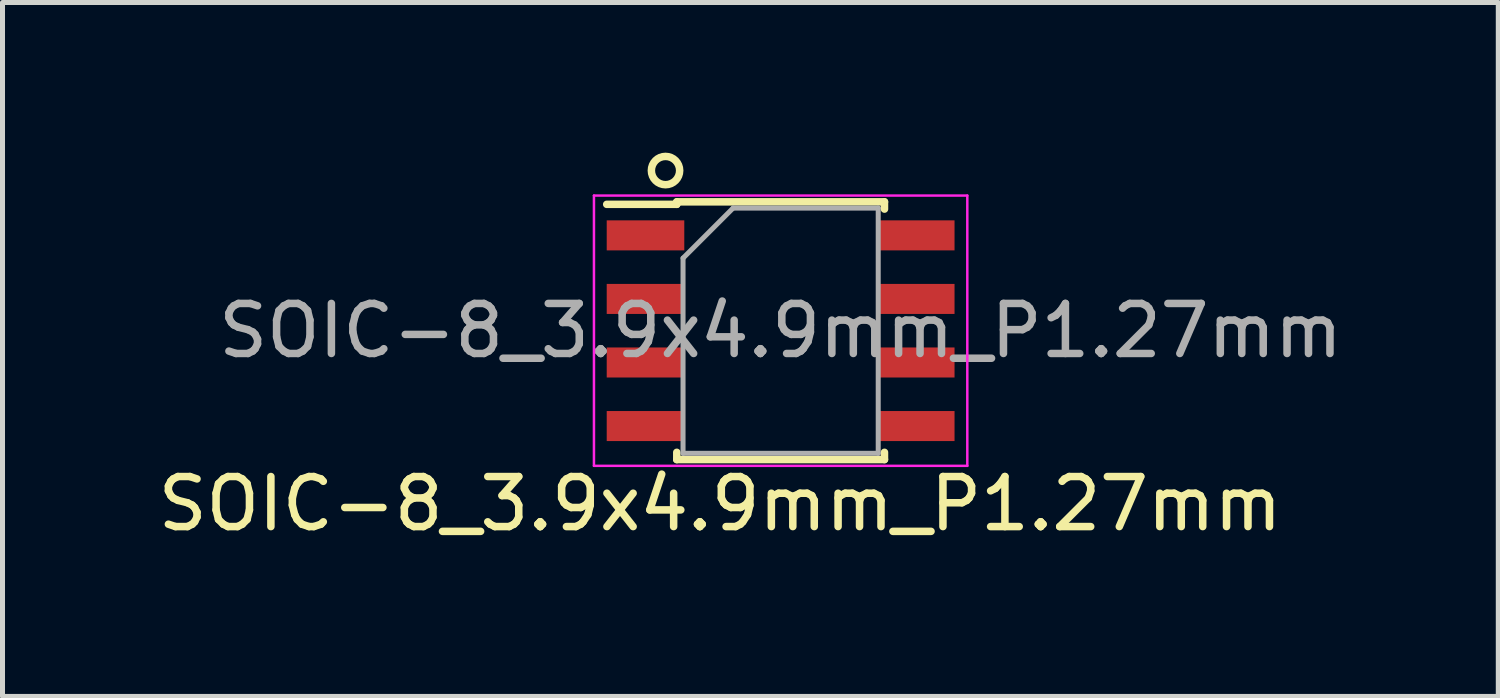
<source format=kicad_pcb>
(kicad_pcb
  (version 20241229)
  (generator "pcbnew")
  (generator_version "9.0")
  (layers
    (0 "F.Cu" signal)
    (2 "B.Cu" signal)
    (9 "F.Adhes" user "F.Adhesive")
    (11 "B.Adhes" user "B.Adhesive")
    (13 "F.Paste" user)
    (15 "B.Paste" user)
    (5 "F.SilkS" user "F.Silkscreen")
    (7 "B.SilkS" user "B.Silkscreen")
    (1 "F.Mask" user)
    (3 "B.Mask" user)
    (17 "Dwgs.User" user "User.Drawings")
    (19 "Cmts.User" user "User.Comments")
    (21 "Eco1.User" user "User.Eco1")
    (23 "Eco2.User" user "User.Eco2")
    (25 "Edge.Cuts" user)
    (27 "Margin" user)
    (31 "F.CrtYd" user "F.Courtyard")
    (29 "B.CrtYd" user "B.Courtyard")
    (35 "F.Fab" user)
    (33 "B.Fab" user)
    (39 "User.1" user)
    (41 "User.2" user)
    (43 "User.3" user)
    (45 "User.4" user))
  (footprint "SOIC-8_3.9x4.9mm_P1.27mm"
    (layer "F.Cu")
    (at 12.548 3.558)
    (property "Reference" "SOIC-8_3.9x4.9mm_P1.27mm" (at -1.209 3.459 0) (layer "F.SilkS") (effects (font (size 1 1) (thickness 0.15))))
    (attr smd)
    (fp_line (start -2.075 -2.575) (end -2.075 -2.525) (stroke (width 0.15) (type solid)) (layer "F.SilkS"))
    (fp_line (start -2.075 -2.575) (end 2.075 -2.575) (stroke (width 0.15) (type solid)) (layer "F.SilkS"))
    (fp_line (start -2.075 -2.525) (end -3.475 -2.525) (stroke (width 0.15) (type solid)) (layer "F.SilkS"))
    (fp_line (start -2.075 2.575) (end -2.075 2.43) (stroke (width 0.15) (type solid)) (layer "F.SilkS"))
    (fp_line (start -2.075 2.575) (end 2.075 2.575) (stroke (width 0.15) (type solid)) (layer "F.SilkS"))
    (fp_line (start 2.075 -2.575) (end 2.075 -2.43) (stroke (width 0.15) (type solid)) (layer "F.SilkS"))
    (fp_line (start 2.075 2.575) (end 2.075 2.43) (stroke (width 0.15) (type solid)) (layer "F.SilkS"))
    (fp_circle (center -2.3 -3.2) (end -2.1 -3) (stroke (width 0.15) (type solid)) (fill no) (layer "F.SilkS"))
    (fp_line (start -3.73 -2.7) (end -3.73 2.7) (stroke (width 0.05) (type solid)) (layer "F.CrtYd"))
    (fp_line (start -3.73 -2.7) (end 3.73 -2.7) (stroke (width 0.05) (type solid)) (layer "F.CrtYd"))
    (fp_line (start -3.73 2.7) (end 3.73 2.7) (stroke (width 0.05) (type solid)) (layer "F.CrtYd"))
    (fp_line (start 3.73 -2.7) (end 3.73 2.7) (stroke (width 0.05) (type solid)) (layer "F.CrtYd"))
    (fp_line (start -1.95 -1.45) (end -0.95 -2.45) (stroke (width 0.1) (type solid)) (layer "F.Fab"))
    (fp_line (start -1.95 2.45) (end -1.95 -1.45) (stroke (width 0.1) (type solid)) (layer "F.Fab"))
    (fp_line (start -0.95 -2.45) (end 1.95 -2.45) (stroke (width 0.1) (type solid)) (layer "F.Fab"))
    (fp_line (start 1.95 -2.45) (end 1.95 2.45) (stroke (width 0.1) (type solid)) (layer "F.Fab"))
    (fp_line (start 1.95 2.45) (end -1.95 2.45) (stroke (width 0.1) (type solid)) (layer "F.Fab"))
    (fp_text user "${REFERENCE}" (at 0 0 0) (layer "F.Fab") (effects (font (size 1 1) (thickness 0.15))))
    (pad "1" smd rect (at -2.7 -1.905) (size 1.55 0.6) (layers "F.Cu" "F.Mask" "F.Paste"))
    (pad "2" smd rect (at -2.7 -0.635) (size 1.55 0.6) (layers "F.Cu" "F.Mask" "F.Paste"))
    (pad "3" smd rect (at -2.7 0.635) (size 1.55 0.6) (layers "F.Cu" "F.Mask" "F.Paste"))
    (pad "4" smd rect (at -2.7 1.905) (size 1.55 0.6) (layers "F.Cu" "F.Mask" "F.Paste"))
    (pad "5" smd rect (at 2.7 1.905) (size 1.55 0.6) (layers "F.Cu" "F.Mask" "F.Paste"))
    (pad "6" smd rect (at 2.7 0.635) (size 1.55 0.6) (layers "F.Cu" "F.Mask" "F.Paste"))
    (pad "7" smd rect (at 2.7 -0.635) (size 1.55 0.6) (layers "F.Cu" "F.Mask" "F.Paste"))
    (pad "8" smd rect (at 2.7 -1.905) (size 1.55 0.6) (layers "F.Cu" "F.Mask" "F.Paste")))
  (gr_rect
    (start -3 -3)
    (end 26.888 10.866)
    (stroke (width 0.1) (type default))
    (fill no)
    (layer "Edge.Cuts")))
</source>
